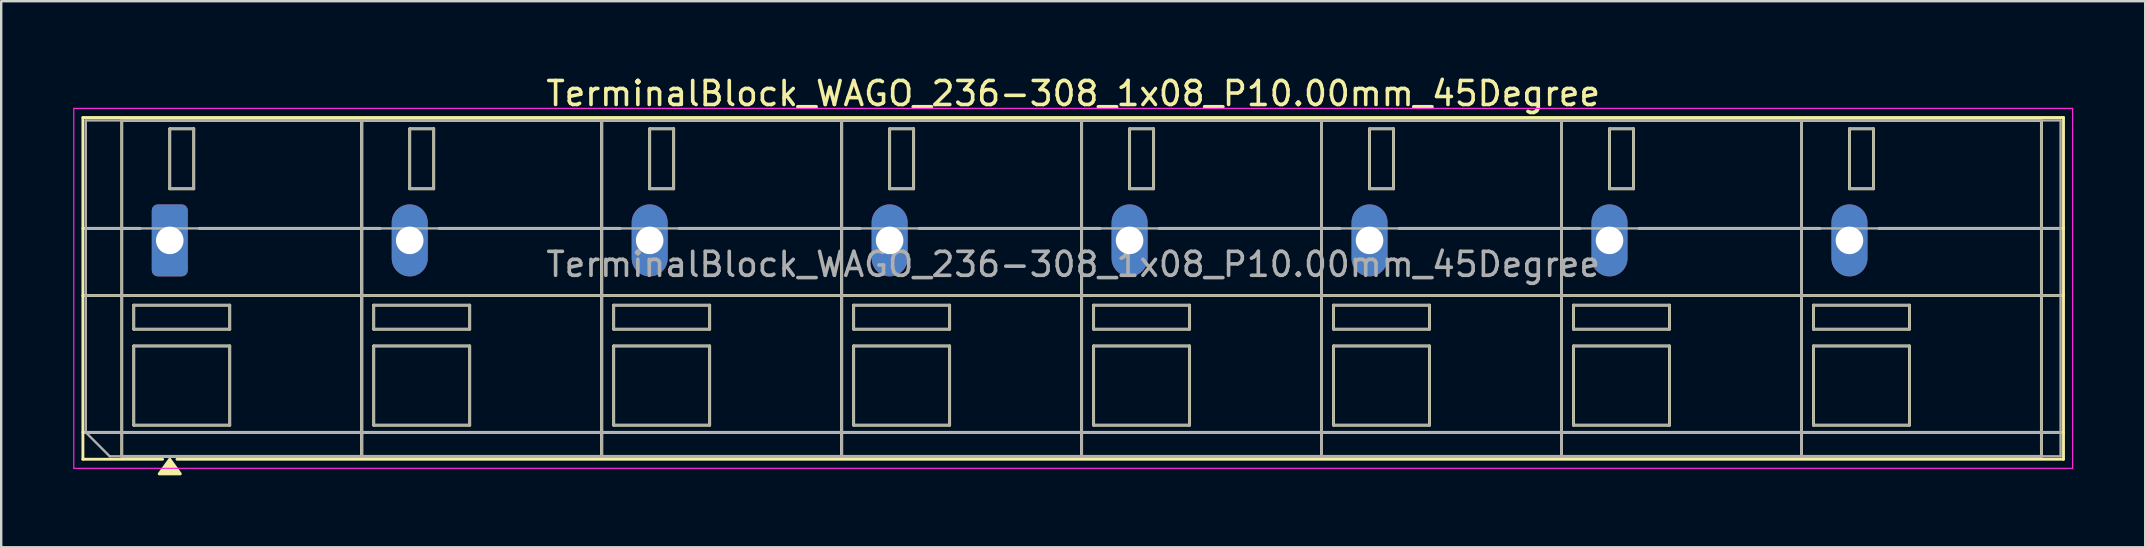
<source format=kicad_pcb>
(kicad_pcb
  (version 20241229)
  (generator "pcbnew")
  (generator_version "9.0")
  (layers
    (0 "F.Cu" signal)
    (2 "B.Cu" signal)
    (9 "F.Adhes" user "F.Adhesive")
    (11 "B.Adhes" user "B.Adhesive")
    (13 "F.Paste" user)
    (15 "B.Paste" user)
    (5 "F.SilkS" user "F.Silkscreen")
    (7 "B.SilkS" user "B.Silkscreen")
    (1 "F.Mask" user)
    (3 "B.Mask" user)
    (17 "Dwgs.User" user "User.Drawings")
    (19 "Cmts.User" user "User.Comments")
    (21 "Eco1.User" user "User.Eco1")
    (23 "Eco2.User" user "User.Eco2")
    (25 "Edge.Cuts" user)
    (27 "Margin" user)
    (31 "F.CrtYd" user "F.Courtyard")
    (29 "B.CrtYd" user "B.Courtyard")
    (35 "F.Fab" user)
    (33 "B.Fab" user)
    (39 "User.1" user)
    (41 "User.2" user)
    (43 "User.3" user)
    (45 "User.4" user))
  (footprint "TerminalBlock_WAGO_236-308_1x08_P10.00mm_45Degree"
    (layer "F.Cu")
    (at 4.025 6.968)
    (property "Reference" "TerminalBlock_WAGO_236-308_1x08_P10.00mm_45Degree" (at 37.65 -6.12 0) (layer "F.SilkS") (effects (font (size 1 1) (thickness 0.15))))
    (attr through_hole)
    (fp_line (start -3.62 -5.12) (end -3.62 9.12) (stroke (width 0.12) (type solid)) (layer "F.SilkS"))
    (fp_line (start -3.62 -5.12) (end 78.92 -5.12) (stroke (width 0.12) (type solid)) (layer "F.SilkS"))
    (fp_line (start -3.62 -0.5) (end -1.23 -0.5) (stroke (width 0.12) (type solid)) (layer "F.SilkS"))
    (fp_line (start -3.62 2.3) (end 78.92 2.3) (stroke (width 0.12) (type solid)) (layer "F.SilkS"))
    (fp_line (start -3.62 8) (end 78.92 8) (stroke (width 0.12) (type solid)) (layer "F.SilkS"))
    (fp_line (start -3.62 9.12) (end -0.3 9.12) (stroke (width 0.12) (type solid)) (layer "F.SilkS"))
    (fp_line (start -2 -5) (end -2 9) (stroke (width 0.12) (type solid)) (layer "F.SilkS"))
    (fp_line (start -2 -5) (end 8 -5) (stroke (width 0.12) (type solid)) (layer "F.SilkS"))
    (fp_line (start -2 9) (end 8 9) (stroke (width 0.12) (type solid)) (layer "F.SilkS"))
    (fp_line (start -1.5 2.7) (end -1.5 3.7) (stroke (width 0.12) (type solid)) (layer "F.SilkS"))
    (fp_line (start -1.5 2.7) (end 2.5 2.7) (stroke (width 0.12) (type solid)) (layer "F.SilkS"))
    (fp_line (start -1.5 3.7) (end 2.5 3.7) (stroke (width 0.12) (type solid)) (layer "F.SilkS"))
    (fp_line (start -1.5 4.4) (end -1.5 7.7) (stroke (width 0.12) (type solid)) (layer "F.SilkS"))
    (fp_line (start -1.5 4.4) (end 2.5 4.4) (stroke (width 0.12) (type solid)) (layer "F.SilkS"))
    (fp_line (start -1.5 7.7) (end 2.5 7.7) (stroke (width 0.12) (type solid)) (layer "F.SilkS"))
    (fp_line (start 0 -4.65) (end 0 -2.15) (stroke (width 0.12) (type solid)) (layer "F.SilkS"))
    (fp_line (start 0 -4.65) (end 1 -4.65) (stroke (width 0.12) (type solid)) (layer "F.SilkS"))
    (fp_line (start 0 -2.15) (end 1 -2.15) (stroke (width 0.12) (type solid)) (layer "F.SilkS"))
    (fp_line (start 0.3 9.12) (end 78.92 9.12) (stroke (width 0.12) (type solid)) (layer "F.SilkS"))
    (fp_line (start 1 -4.65) (end 1 -2.15) (stroke (width 0.12) (type solid)) (layer "F.SilkS"))
    (fp_line (start 1.23 -0.5) (end 8.77 -0.5) (stroke (width 0.12) (type solid)) (layer "F.SilkS"))
    (fp_line (start 2.5 2.7) (end 2.5 3.7) (stroke (width 0.12) (type solid)) (layer "F.SilkS"))
    (fp_line (start 2.5 4.4) (end 2.5 7.7) (stroke (width 0.12) (type solid)) (layer "F.SilkS"))
    (fp_line (start 8 -5) (end 8 9) (stroke (width 0.12) (type solid)) (layer "F.SilkS"))
    (fp_line (start 8 -5) (end 8 9) (stroke (width 0.12) (type solid)) (layer "F.SilkS"))
    (fp_line (start 8 -5) (end 18 -5) (stroke (width 0.12) (type solid)) (layer "F.SilkS"))
    (fp_line (start 8 9) (end 18 9) (stroke (width 0.12) (type solid)) (layer "F.SilkS"))
    (fp_line (start 8.5 2.7) (end 8.5 3.7) (stroke (width 0.12) (type solid)) (layer "F.SilkS"))
    (fp_line (start 8.5 2.7) (end 12.5 2.7) (stroke (width 0.12) (type solid)) (layer "F.SilkS"))
    (fp_line (start 8.5 3.7) (end 12.5 3.7) (stroke (width 0.12) (type solid)) (layer "F.SilkS"))
    (fp_line (start 8.5 4.4) (end 8.5 7.7) (stroke (width 0.12) (type solid)) (layer "F.SilkS"))
    (fp_line (start 8.5 4.4) (end 12.5 4.4) (stroke (width 0.12) (type solid)) (layer "F.SilkS"))
    (fp_line (start 8.5 7.7) (end 12.5 7.7) (stroke (width 0.12) (type solid)) (layer "F.SilkS"))
    (fp_line (start 10 -4.65) (end 10 -2.15) (stroke (width 0.12) (type solid)) (layer "F.SilkS"))
    (fp_line (start 10 -4.65) (end 11 -4.65) (stroke (width 0.12) (type solid)) (layer "F.SilkS"))
    (fp_line (start 10 -2.15) (end 11 -2.15) (stroke (width 0.12) (type solid)) (layer "F.SilkS"))
    (fp_line (start 11 -4.65) (end 11 -2.15) (stroke (width 0.12) (type solid)) (layer "F.SilkS"))
    (fp_line (start 11.23 -0.5) (end 18.77 -0.5) (stroke (width 0.12) (type solid)) (layer "F.SilkS"))
    (fp_line (start 12.5 2.7) (end 12.5 3.7) (stroke (width 0.12) (type solid)) (layer "F.SilkS"))
    (fp_line (start 12.5 4.4) (end 12.5 7.7) (stroke (width 0.12) (type solid)) (layer "F.SilkS"))
    (fp_line (start 18 -5) (end 18 9) (stroke (width 0.12) (type solid)) (layer "F.SilkS"))
    (fp_line (start 18 -5) (end 18 9) (stroke (width 0.12) (type solid)) (layer "F.SilkS"))
    (fp_line (start 18 -5) (end 28 -5) (stroke (width 0.12) (type solid)) (layer "F.SilkS"))
    (fp_line (start 18 9) (end 28 9) (stroke (width 0.12) (type solid)) (layer "F.SilkS"))
    (fp_line (start 18.5 2.7) (end 18.5 3.7) (stroke (width 0.12) (type solid)) (layer "F.SilkS"))
    (fp_line (start 18.5 2.7) (end 22.5 2.7) (stroke (width 0.12) (type solid)) (layer "F.SilkS"))
    (fp_line (start 18.5 3.7) (end 22.5 3.7) (stroke (width 0.12) (type solid)) (layer "F.SilkS"))
    (fp_line (start 18.5 4.4) (end 18.5 7.7) (stroke (width 0.12) (type solid)) (layer "F.SilkS"))
    (fp_line (start 18.5 4.4) (end 22.5 4.4) (stroke (width 0.12) (type solid)) (layer "F.SilkS"))
    (fp_line (start 18.5 7.7) (end 22.5 7.7) (stroke (width 0.12) (type solid)) (layer "F.SilkS"))
    (fp_line (start 20 -4.65) (end 20 -2.15) (stroke (width 0.12) (type solid)) (layer "F.SilkS"))
    (fp_line (start 20 -4.65) (end 21 -4.65) (stroke (width 0.12) (type solid)) (layer "F.SilkS"))
    (fp_line (start 20 -2.15) (end 21 -2.15) (stroke (width 0.12) (type solid)) (layer "F.SilkS"))
    (fp_line (start 21 -4.65) (end 21 -2.15) (stroke (width 0.12) (type solid)) (layer "F.SilkS"))
    (fp_line (start 21.23 -0.5) (end 28.77 -0.5) (stroke (width 0.12) (type solid)) (layer "F.SilkS"))
    (fp_line (start 22.5 2.7) (end 22.5 3.7) (stroke (width 0.12) (type solid)) (layer "F.SilkS"))
    (fp_line (start 22.5 4.4) (end 22.5 7.7) (stroke (width 0.12) (type solid)) (layer "F.SilkS"))
    (fp_line (start 28 -5) (end 28 9) (stroke (width 0.12) (type solid)) (layer "F.SilkS"))
    (fp_line (start 28 -5) (end 28 9) (stroke (width 0.12) (type solid)) (layer "F.SilkS"))
    (fp_line (start 28 -5) (end 38 -5) (stroke (width 0.12) (type solid)) (layer "F.SilkS"))
    (fp_line (start 28 9) (end 38 9) (stroke (width 0.12) (type solid)) (layer "F.SilkS"))
    (fp_line (start 28.5 2.7) (end 28.5 3.7) (stroke (width 0.12) (type solid)) (layer "F.SilkS"))
    (fp_line (start 28.5 2.7) (end 32.5 2.7) (stroke (width 0.12) (type solid)) (layer "F.SilkS"))
    (fp_line (start 28.5 3.7) (end 32.5 3.7) (stroke (width 0.12) (type solid)) (layer "F.SilkS"))
    (fp_line (start 28.5 4.4) (end 28.5 7.7) (stroke (width 0.12) (type solid)) (layer "F.SilkS"))
    (fp_line (start 28.5 4.4) (end 32.5 4.4) (stroke (width 0.12) (type solid)) (layer "F.SilkS"))
    (fp_line (start 28.5 7.7) (end 32.5 7.7) (stroke (width 0.12) (type solid)) (layer "F.SilkS"))
    (fp_line (start 30 -4.65) (end 30 -2.15) (stroke (width 0.12) (type solid)) (layer "F.SilkS"))
    (fp_line (start 30 -4.65) (end 31 -4.65) (stroke (width 0.12) (type solid)) (layer "F.SilkS"))
    (fp_line (start 30 -2.15) (end 31 -2.15) (stroke (width 0.12) (type solid)) (layer "F.SilkS"))
    (fp_line (start 31 -4.65) (end 31 -2.15) (stroke (width 0.12) (type solid)) (layer "F.SilkS"))
    (fp_line (start 31.23 -0.5) (end 38.77 -0.5) (stroke (width 0.12) (type solid)) (layer "F.SilkS"))
    (fp_line (start 32.5 2.7) (end 32.5 3.7) (stroke (width 0.12) (type solid)) (layer "F.SilkS"))
    (fp_line (start 32.5 4.4) (end 32.5 7.7) (stroke (width 0.12) (type solid)) (layer "F.SilkS"))
    (fp_line (start 38 -5) (end 38 9) (stroke (width 0.12) (type solid)) (layer "F.SilkS"))
    (fp_line (start 38 -5) (end 38 9) (stroke (width 0.12) (type solid)) (layer "F.SilkS"))
    (fp_line (start 38 -5) (end 48 -5) (stroke (width 0.12) (type solid)) (layer "F.SilkS"))
    (fp_line (start 38 9) (end 48 9) (stroke (width 0.12) (type solid)) (layer "F.SilkS"))
    (fp_line (start 38.5 2.7) (end 38.5 3.7) (stroke (width 0.12) (type solid)) (layer "F.SilkS"))
    (fp_line (start 38.5 2.7) (end 42.5 2.7) (stroke (width 0.12) (type solid)) (layer "F.SilkS"))
    (fp_line (start 38.5 3.7) (end 42.5 3.7) (stroke (width 0.12) (type solid)) (layer "F.SilkS"))
    (fp_line (start 38.5 4.4) (end 38.5 7.7) (stroke (width 0.12) (type solid)) (layer "F.SilkS"))
    (fp_line (start 38.5 4.4) (end 42.5 4.4) (stroke (width 0.12) (type solid)) (layer "F.SilkS"))
    (fp_line (start 38.5 7.7) (end 42.5 7.7) (stroke (width 0.12) (type solid)) (layer "F.SilkS"))
    (fp_line (start 40 -4.65) (end 40 -2.15) (stroke (width 0.12) (type solid)) (layer "F.SilkS"))
    (fp_line (start 40 -4.65) (end 41 -4.65) (stroke (width 0.12) (type solid)) (layer "F.SilkS"))
    (fp_line (start 40 -2.15) (end 41 -2.15) (stroke (width 0.12) (type solid)) (layer "F.SilkS"))
    (fp_line (start 41 -4.65) (end 41 -2.15) (stroke (width 0.12) (type solid)) (layer "F.SilkS"))
    (fp_line (start 41.23 -0.5) (end 48.77 -0.5) (stroke (width 0.12) (type solid)) (layer "F.SilkS"))
    (fp_line (start 42.5 2.7) (end 42.5 3.7) (stroke (width 0.12) (type solid)) (layer "F.SilkS"))
    (fp_line (start 42.5 4.4) (end 42.5 7.7) (stroke (width 0.12) (type solid)) (layer "F.SilkS"))
    (fp_line (start 48 -5) (end 48 9) (stroke (width 0.12) (type solid)) (layer "F.SilkS"))
    (fp_line (start 48 -5) (end 48 9) (stroke (width 0.12) (type solid)) (layer "F.SilkS"))
    (fp_line (start 48 -5) (end 58 -5) (stroke (width 0.12) (type solid)) (layer "F.SilkS"))
    (fp_line (start 48 9) (end 58 9) (stroke (width 0.12) (type solid)) (layer "F.SilkS"))
    (fp_line (start 48.5 2.7) (end 48.5 3.7) (stroke (width 0.12) (type solid)) (layer "F.SilkS"))
    (fp_line (start 48.5 2.7) (end 52.5 2.7) (stroke (width 0.12) (type solid)) (layer "F.SilkS"))
    (fp_line (start 48.5 3.7) (end 52.5 3.7) (stroke (width 0.12) (type solid)) (layer "F.SilkS"))
    (fp_line (start 48.5 4.4) (end 48.5 7.7) (stroke (width 0.12) (type solid)) (layer "F.SilkS"))
    (fp_line (start 48.5 4.4) (end 52.5 4.4) (stroke (width 0.12) (type solid)) (layer "F.SilkS"))
    (fp_line (start 48.5 7.7) (end 52.5 7.7) (stroke (width 0.12) (type solid)) (layer "F.SilkS"))
    (fp_line (start 50 -4.65) (end 50 -2.15) (stroke (width 0.12) (type solid)) (layer "F.SilkS"))
    (fp_line (start 50 -4.65) (end 51 -4.65) (stroke (width 0.12) (type solid)) (layer "F.SilkS"))
    (fp_line (start 50 -2.15) (end 51 -2.15) (stroke (width 0.12) (type solid)) (layer "F.SilkS"))
    (fp_line (start 51 -4.65) (end 51 -2.15) (stroke (width 0.12) (type solid)) (layer "F.SilkS"))
    (fp_line (start 51.23 -0.5) (end 58.77 -0.5) (stroke (width 0.12) (type solid)) (layer "F.SilkS"))
    (fp_line (start 52.5 2.7) (end 52.5 3.7) (stroke (width 0.12) (type solid)) (layer "F.SilkS"))
    (fp_line (start 52.5 4.4) (end 52.5 7.7) (stroke (width 0.12) (type solid)) (layer "F.SilkS"))
    (fp_line (start 58 -5) (end 58 9) (stroke (width 0.12) (type solid)) (layer "F.SilkS"))
    (fp_line (start 58 -5) (end 58 9) (stroke (width 0.12) (type solid)) (layer "F.SilkS"))
    (fp_line (start 58 -5) (end 68 -5) (stroke (width 0.12) (type solid)) (layer "F.SilkS"))
    (fp_line (start 58 9) (end 68 9) (stroke (width 0.12) (type solid)) (layer "F.SilkS"))
    (fp_line (start 58.5 2.7) (end 58.5 3.7) (stroke (width 0.12) (type solid)) (layer "F.SilkS"))
    (fp_line (start 58.5 2.7) (end 62.5 2.7) (stroke (width 0.12) (type solid)) (layer "F.SilkS"))
    (fp_line (start 58.5 3.7) (end 62.5 3.7) (stroke (width 0.12) (type solid)) (layer "F.SilkS"))
    (fp_line (start 58.5 4.4) (end 58.5 7.7) (stroke (width 0.12) (type solid)) (layer "F.SilkS"))
    (fp_line (start 58.5 4.4) (end 62.5 4.4) (stroke (width 0.12) (type solid)) (layer "F.SilkS"))
    (fp_line (start 58.5 7.7) (end 62.5 7.7) (stroke (width 0.12) (type solid)) (layer "F.SilkS"))
    (fp_line (start 60 -4.65) (end 60 -2.15) (stroke (width 0.12) (type solid)) (layer "F.SilkS"))
    (fp_line (start 60 -4.65) (end 61 -4.65) (stroke (width 0.12) (type solid)) (layer "F.SilkS"))
    (fp_line (start 60 -2.15) (end 61 -2.15) (stroke (width 0.12) (type solid)) (layer "F.SilkS"))
    (fp_line (start 61 -4.65) (end 61 -2.15) (stroke (width 0.12) (type solid)) (layer "F.SilkS"))
    (fp_line (start 61.23 -0.5) (end 68.77 -0.5) (stroke (width 0.12) (type solid)) (layer "F.SilkS"))
    (fp_line (start 62.5 2.7) (end 62.5 3.7) (stroke (width 0.12) (type solid)) (layer "F.SilkS"))
    (fp_line (start 62.5 4.4) (end 62.5 7.7) (stroke (width 0.12) (type solid)) (layer "F.SilkS"))
    (fp_line (start 68 -5) (end 68 9) (stroke (width 0.12) (type solid)) (layer "F.SilkS"))
    (fp_line (start 68 -5) (end 68 9) (stroke (width 0.12) (type solid)) (layer "F.SilkS"))
    (fp_line (start 68 -5) (end 78 -5) (stroke (width 0.12) (type solid)) (layer "F.SilkS"))
    (fp_line (start 68 9) (end 78 9) (stroke (width 0.12) (type solid)) (layer "F.SilkS"))
    (fp_line (start 68.5 2.7) (end 68.5 3.7) (stroke (width 0.12) (type solid)) (layer "F.SilkS"))
    (fp_line (start 68.5 2.7) (end 72.5 2.7) (stroke (width 0.12) (type solid)) (layer "F.SilkS"))
    (fp_line (start 68.5 3.7) (end 72.5 3.7) (stroke (width 0.12) (type solid)) (layer "F.SilkS"))
    (fp_line (start 68.5 4.4) (end 68.5 7.7) (stroke (width 0.12) (type solid)) (layer "F.SilkS"))
    (fp_line (start 68.5 4.4) (end 72.5 4.4) (stroke (width 0.12) (type solid)) (layer "F.SilkS"))
    (fp_line (start 68.5 7.7) (end 72.5 7.7) (stroke (width 0.12) (type solid)) (layer "F.SilkS"))
    (fp_line (start 70 -4.65) (end 70 -2.15) (stroke (width 0.12) (type solid)) (layer "F.SilkS"))
    (fp_line (start 70 -4.65) (end 71 -4.65) (stroke (width 0.12) (type solid)) (layer "F.SilkS"))
    (fp_line (start 70 -2.15) (end 71 -2.15) (stroke (width 0.12) (type solid)) (layer "F.SilkS"))
    (fp_line (start 71 -4.65) (end 71 -2.15) (stroke (width 0.12) (type solid)) (layer "F.SilkS"))
    (fp_line (start 71.23 -0.5) (end 78.92 -0.5) (stroke (width 0.12) (type solid)) (layer "F.SilkS"))
    (fp_line (start 72.5 2.7) (end 72.5 3.7) (stroke (width 0.12) (type solid)) (layer "F.SilkS"))
    (fp_line (start 72.5 4.4) (end 72.5 7.7) (stroke (width 0.12) (type solid)) (layer "F.SilkS"))
    (fp_line (start 78 -5) (end 78 9) (stroke (width 0.12) (type solid)) (layer "F.SilkS"))
    (fp_line (start 78.92 -5.12) (end 78.92 9.12) (stroke (width 0.12) (type solid)) (layer "F.SilkS"))
    (fp_poly (pts (xy 0 9.12) (xy 0.44 9.73) (xy -0.44 9.73)) (stroke (width 0.12) (type solid)) (fill yes) (layer "F.SilkS"))
    (fp_line (start -4 -5.5) (end -4 9.5) (stroke (width 0.05) (type solid)) (layer "F.CrtYd"))
    (fp_line (start -4 9.5) (end 79.3 9.5) (stroke (width 0.05) (type solid)) (layer "F.CrtYd"))
    (fp_line (start 79.3 -5.5) (end -4 -5.5) (stroke (width 0.05) (type solid)) (layer "F.CrtYd"))
    (fp_line (start 79.3 9.5) (end 79.3 -5.5) (stroke (width 0.05) (type solid)) (layer "F.CrtYd"))
    (fp_line (start -3.5 -5) (end 78.8 -5) (stroke (width 0.1) (type solid)) (layer "F.Fab"))
    (fp_line (start -3.5 -0.5) (end 78.8 -0.5) (stroke (width 0.1) (type solid)) (layer "F.Fab"))
    (fp_line (start -3.5 2.3) (end 78.8 2.3) (stroke (width 0.1) (type solid)) (layer "F.Fab"))
    (fp_line (start -3.5 8) (end -3.5 -5) (stroke (width 0.1) (type solid)) (layer "F.Fab"))
    (fp_line (start -3.5 8) (end 78.8 8) (stroke (width 0.1) (type solid)) (layer "F.Fab"))
    (fp_line (start -2.5 9) (end -3.5 8) (stroke (width 0.1) (type solid)) (layer "F.Fab"))
    (fp_line (start -2 -5) (end -2 9) (stroke (width 0.1) (type solid)) (layer "F.Fab"))
    (fp_line (start -2 9) (end 8 9) (stroke (width 0.1) (type solid)) (layer "F.Fab"))
    (fp_line (start -1.5 2.7) (end -1.5 3.7) (stroke (width 0.1) (type solid)) (layer "F.Fab"))
    (fp_line (start -1.5 3.7) (end 2.5 3.7) (stroke (width 0.1) (type solid)) (layer "F.Fab"))
    (fp_line (start -1.5 4.4) (end -1.5 7.7) (stroke (width 0.1) (type solid)) (layer "F.Fab"))
    (fp_line (start -1.5 7.7) (end 2.5 7.7) (stroke (width 0.1) (type solid)) (layer "F.Fab"))
    (fp_line (start 0 -4.65) (end 0 -2.15) (stroke (width 0.1) (type solid)) (layer "F.Fab"))
    (fp_line (start 0 -2.15) (end 1 -2.15) (stroke (width 0.1) (type solid)) (layer "F.Fab"))
    (fp_line (start 1 -4.65) (end 0 -4.65) (stroke (width 0.1) (type solid)) (layer "F.Fab"))
    (fp_line (start 1 -2.15) (end 1 -4.65) (stroke (width 0.1) (type solid)) (layer "F.Fab"))
    (fp_line (start 2.5 2.7) (end -1.5 2.7) (stroke (width 0.1) (type solid)) (layer "F.Fab"))
    (fp_line (start 2.5 3.7) (end 2.5 2.7) (stroke (width 0.1) (type solid)) (layer "F.Fab"))
    (fp_line (start 2.5 4.4) (end -1.5 4.4) (stroke (width 0.1) (type solid)) (layer "F.Fab"))
    (fp_line (start 2.5 7.7) (end 2.5 4.4) (stroke (width 0.1) (type solid)) (layer "F.Fab"))
    (fp_line (start 8 -5) (end -2 -5) (stroke (width 0.1) (type solid)) (layer "F.Fab"))
    (fp_line (start 8 -5) (end 8 9) (stroke (width 0.1) (type solid)) (layer "F.Fab"))
    (fp_line (start 8 9) (end 8 -5) (stroke (width 0.1) (type solid)) (layer "F.Fab"))
    (fp_line (start 8 9) (end 18 9) (stroke (width 0.1) (type solid)) (layer "F.Fab"))
    (fp_line (start 8.5 2.7) (end 8.5 3.7) (stroke (width 0.1) (type solid)) (layer "F.Fab"))
    (fp_line (start 8.5 3.7) (end 12.5 3.7) (stroke (width 0.1) (type solid)) (layer "F.Fab"))
    (fp_line (start 8.5 4.4) (end 8.5 7.7) (stroke (width 0.1) (type solid)) (layer "F.Fab"))
    (fp_line (start 8.5 7.7) (end 12.5 7.7) (stroke (width 0.1) (type solid)) (layer "F.Fab"))
    (fp_line (start 10 -4.65) (end 10 -2.15) (stroke (width 0.1) (type solid)) (layer "F.Fab"))
    (fp_line (start 10 -2.15) (end 11 -2.15) (stroke (width 0.1) (type solid)) (layer "F.Fab"))
    (fp_line (start 11 -4.65) (end 10 -4.65) (stroke (width 0.1) (type solid)) (layer "F.Fab"))
    (fp_line (start 11 -2.15) (end 11 -4.65) (stroke (width 0.1) (type solid)) (layer "F.Fab"))
    (fp_line (start 12.5 2.7) (end 8.5 2.7) (stroke (width 0.1) (type solid)) (layer "F.Fab"))
    (fp_line (start 12.5 3.7) (end 12.5 2.7) (stroke (width 0.1) (type solid)) (layer "F.Fab"))
    (fp_line (start 12.5 4.4) (end 8.5 4.4) (stroke (width 0.1) (type solid)) (layer "F.Fab"))
    (fp_line (start 12.5 7.7) (end 12.5 4.4) (stroke (width 0.1) (type solid)) (layer "F.Fab"))
    (fp_line (start 18 -5) (end 8 -5) (stroke (width 0.1) (type solid)) (layer "F.Fab"))
    (fp_line (start 18 -5) (end 18 9) (stroke (width 0.1) (type solid)) (layer "F.Fab"))
    (fp_line (start 18 9) (end 18 -5) (stroke (width 0.1) (type solid)) (layer "F.Fab"))
    (fp_line (start 18 9) (end 28 9) (stroke (width 0.1) (type solid)) (layer "F.Fab"))
    (fp_line (start 18.5 2.7) (end 18.5 3.7) (stroke (width 0.1) (type solid)) (layer "F.Fab"))
    (fp_line (start 18.5 3.7) (end 22.5 3.7) (stroke (width 0.1) (type solid)) (layer "F.Fab"))
    (fp_line (start 18.5 4.4) (end 18.5 7.7) (stroke (width 0.1) (type solid)) (layer "F.Fab"))
    (fp_line (start 18.5 7.7) (end 22.5 7.7) (stroke (width 0.1) (type solid)) (layer "F.Fab"))
    (fp_line (start 20 -4.65) (end 20 -2.15) (stroke (width 0.1) (type solid)) (layer "F.Fab"))
    (fp_line (start 20 -2.15) (end 21 -2.15) (stroke (width 0.1) (type solid)) (layer "F.Fab"))
    (fp_line (start 21 -4.65) (end 20 -4.65) (stroke (width 0.1) (type solid)) (layer "F.Fab"))
    (fp_line (start 21 -2.15) (end 21 -4.65) (stroke (width 0.1) (type solid)) (layer "F.Fab"))
    (fp_line (start 22.5 2.7) (end 18.5 2.7) (stroke (width 0.1) (type solid)) (layer "F.Fab"))
    (fp_line (start 22.5 3.7) (end 22.5 2.7) (stroke (width 0.1) (type solid)) (layer "F.Fab"))
    (fp_line (start 22.5 4.4) (end 18.5 4.4) (stroke (width 0.1) (type solid)) (layer "F.Fab"))
    (fp_line (start 22.5 7.7) (end 22.5 4.4) (stroke (width 0.1) (type solid)) (layer "F.Fab"))
    (fp_line (start 28 -5) (end 18 -5) (stroke (width 0.1) (type solid)) (layer "F.Fab"))
    (fp_line (start 28 -5) (end 28 9) (stroke (width 0.1) (type solid)) (layer "F.Fab"))
    (fp_line (start 28 9) (end 28 -5) (stroke (width 0.1) (type solid)) (layer "F.Fab"))
    (fp_line (start 28 9) (end 38 9) (stroke (width 0.1) (type solid)) (layer "F.Fab"))
    (fp_line (start 28.5 2.7) (end 28.5 3.7) (stroke (width 0.1) (type solid)) (layer "F.Fab"))
    (fp_line (start 28.5 3.7) (end 32.5 3.7) (stroke (width 0.1) (type solid)) (layer "F.Fab"))
    (fp_line (start 28.5 4.4) (end 28.5 7.7) (stroke (width 0.1) (type solid)) (layer "F.Fab"))
    (fp_line (start 28.5 7.7) (end 32.5 7.7) (stroke (width 0.1) (type solid)) (layer "F.Fab"))
    (fp_line (start 30 -4.65) (end 30 -2.15) (stroke (width 0.1) (type solid)) (layer "F.Fab"))
    (fp_line (start 30 -2.15) (end 31 -2.15) (stroke (width 0.1) (type solid)) (layer "F.Fab"))
    (fp_line (start 31 -4.65) (end 30 -4.65) (stroke (width 0.1) (type solid)) (layer "F.Fab"))
    (fp_line (start 31 -2.15) (end 31 -4.65) (stroke (width 0.1) (type solid)) (layer "F.Fab"))
    (fp_line (start 32.5 2.7) (end 28.5 2.7) (stroke (width 0.1) (type solid)) (layer "F.Fab"))
    (fp_line (start 32.5 3.7) (end 32.5 2.7) (stroke (width 0.1) (type solid)) (layer "F.Fab"))
    (fp_line (start 32.5 4.4) (end 28.5 4.4) (stroke (width 0.1) (type solid)) (layer "F.Fab"))
    (fp_line (start 32.5 7.7) (end 32.5 4.4) (stroke (width 0.1) (type solid)) (layer "F.Fab"))
    (fp_line (start 38 -5) (end 28 -5) (stroke (width 0.1) (type solid)) (layer "F.Fab"))
    (fp_line (start 38 -5) (end 38 9) (stroke (width 0.1) (type solid)) (layer "F.Fab"))
    (fp_line (start 38 9) (end 38 -5) (stroke (width 0.1) (type solid)) (layer "F.Fab"))
    (fp_line (start 38 9) (end 48 9) (stroke (width 0.1) (type solid)) (layer "F.Fab"))
    (fp_line (start 38.5 2.7) (end 38.5 3.7) (stroke (width 0.1) (type solid)) (layer "F.Fab"))
    (fp_line (start 38.5 3.7) (end 42.5 3.7) (stroke (width 0.1) (type solid)) (layer "F.Fab"))
    (fp_line (start 38.5 4.4) (end 38.5 7.7) (stroke (width 0.1) (type solid)) (layer "F.Fab"))
    (fp_line (start 38.5 7.7) (end 42.5 7.7) (stroke (width 0.1) (type solid)) (layer "F.Fab"))
    (fp_line (start 40 -4.65) (end 40 -2.15) (stroke (width 0.1) (type solid)) (layer "F.Fab"))
    (fp_line (start 40 -2.15) (end 41 -2.15) (stroke (width 0.1) (type solid)) (layer "F.Fab"))
    (fp_line (start 41 -4.65) (end 40 -4.65) (stroke (width 0.1) (type solid)) (layer "F.Fab"))
    (fp_line (start 41 -2.15) (end 41 -4.65) (stroke (width 0.1) (type solid)) (layer "F.Fab"))
    (fp_line (start 42.5 2.7) (end 38.5 2.7) (stroke (width 0.1) (type solid)) (layer "F.Fab"))
    (fp_line (start 42.5 3.7) (end 42.5 2.7) (stroke (width 0.1) (type solid)) (layer "F.Fab"))
    (fp_line (start 42.5 4.4) (end 38.5 4.4) (stroke (width 0.1) (type solid)) (layer "F.Fab"))
    (fp_line (start 42.5 7.7) (end 42.5 4.4) (stroke (width 0.1) (type solid)) (layer "F.Fab"))
    (fp_line (start 48 -5) (end 38 -5) (stroke (width 0.1) (type solid)) (layer "F.Fab"))
    (fp_line (start 48 -5) (end 48 9) (stroke (width 0.1) (type solid)) (layer "F.Fab"))
    (fp_line (start 48 9) (end 48 -5) (stroke (width 0.1) (type solid)) (layer "F.Fab"))
    (fp_line (start 48 9) (end 58 9) (stroke (width 0.1) (type solid)) (layer "F.Fab"))
    (fp_line (start 48.5 2.7) (end 48.5 3.7) (stroke (width 0.1) (type solid)) (layer "F.Fab"))
    (fp_line (start 48.5 3.7) (end 52.5 3.7) (stroke (width 0.1) (type solid)) (layer "F.Fab"))
    (fp_line (start 48.5 4.4) (end 48.5 7.7) (stroke (width 0.1) (type solid)) (layer "F.Fab"))
    (fp_line (start 48.5 7.7) (end 52.5 7.7) (stroke (width 0.1) (type solid)) (layer "F.Fab"))
    (fp_line (start 50 -4.65) (end 50 -2.15) (stroke (width 0.1) (type solid)) (layer "F.Fab"))
    (fp_line (start 50 -2.15) (end 51 -2.15) (stroke (width 0.1) (type solid)) (layer "F.Fab"))
    (fp_line (start 51 -4.65) (end 50 -4.65) (stroke (width 0.1) (type solid)) (layer "F.Fab"))
    (fp_line (start 51 -2.15) (end 51 -4.65) (stroke (width 0.1) (type solid)) (layer "F.Fab"))
    (fp_line (start 52.5 2.7) (end 48.5 2.7) (stroke (width 0.1) (type solid)) (layer "F.Fab"))
    (fp_line (start 52.5 3.7) (end 52.5 2.7) (stroke (width 0.1) (type solid)) (layer "F.Fab"))
    (fp_line (start 52.5 4.4) (end 48.5 4.4) (stroke (width 0.1) (type solid)) (layer "F.Fab"))
    (fp_line (start 52.5 7.7) (end 52.5 4.4) (stroke (width 0.1) (type solid)) (layer "F.Fab"))
    (fp_line (start 58 -5) (end 48 -5) (stroke (width 0.1) (type solid)) (layer "F.Fab"))
    (fp_line (start 58 -5) (end 58 9) (stroke (width 0.1) (type solid)) (layer "F.Fab"))
    (fp_line (start 58 9) (end 58 -5) (stroke (width 0.1) (type solid)) (layer "F.Fab"))
    (fp_line (start 58 9) (end 68 9) (stroke (width 0.1) (type solid)) (layer "F.Fab"))
    (fp_line (start 58.5 2.7) (end 58.5 3.7) (stroke (width 0.1) (type solid)) (layer "F.Fab"))
    (fp_line (start 58.5 3.7) (end 62.5 3.7) (stroke (width 0.1) (type solid)) (layer "F.Fab"))
    (fp_line (start 58.5 4.4) (end 58.5 7.7) (stroke (width 0.1) (type solid)) (layer "F.Fab"))
    (fp_line (start 58.5 7.7) (end 62.5 7.7) (stroke (width 0.1) (type solid)) (layer "F.Fab"))
    (fp_line (start 60 -4.65) (end 60 -2.15) (stroke (width 0.1) (type solid)) (layer "F.Fab"))
    (fp_line (start 60 -2.15) (end 61 -2.15) (stroke (width 0.1) (type solid)) (layer "F.Fab"))
    (fp_line (start 61 -4.65) (end 60 -4.65) (stroke (width 0.1) (type solid)) (layer "F.Fab"))
    (fp_line (start 61 -2.15) (end 61 -4.65) (stroke (width 0.1) (type solid)) (layer "F.Fab"))
    (fp_line (start 62.5 2.7) (end 58.5 2.7) (stroke (width 0.1) (type solid)) (layer "F.Fab"))
    (fp_line (start 62.5 3.7) (end 62.5 2.7) (stroke (width 0.1) (type solid)) (layer "F.Fab"))
    (fp_line (start 62.5 4.4) (end 58.5 4.4) (stroke (width 0.1) (type solid)) (layer "F.Fab"))
    (fp_line (start 62.5 7.7) (end 62.5 4.4) (stroke (width 0.1) (type solid)) (layer "F.Fab"))
    (fp_line (start 68 -5) (end 58 -5) (stroke (width 0.1) (type solid)) (layer "F.Fab"))
    (fp_line (start 68 -5) (end 68 9) (stroke (width 0.1) (type solid)) (layer "F.Fab"))
    (fp_line (start 68 9) (end 68 -5) (stroke (width 0.1) (type solid)) (layer "F.Fab"))
    (fp_line (start 68 9) (end 78 9) (stroke (width 0.1) (type solid)) (layer "F.Fab"))
    (fp_line (start 68.5 2.7) (end 68.5 3.7) (stroke (width 0.1) (type solid)) (layer "F.Fab"))
    (fp_line (start 68.5 3.7) (end 72.5 3.7) (stroke (width 0.1) (type solid)) (layer "F.Fab"))
    (fp_line (start 68.5 4.4) (end 68.5 7.7) (stroke (width 0.1) (type solid)) (layer "F.Fab"))
    (fp_line (start 68.5 7.7) (end 72.5 7.7) (stroke (width 0.1) (type solid)) (layer "F.Fab"))
    (fp_line (start 70 -4.65) (end 70 -2.15) (stroke (width 0.1) (type solid)) (layer "F.Fab"))
    (fp_line (start 70 -2.15) (end 71 -2.15) (stroke (width 0.1) (type solid)) (layer "F.Fab"))
    (fp_line (start 71 -4.65) (end 70 -4.65) (stroke (width 0.1) (type solid)) (layer "F.Fab"))
    (fp_line (start 71 -2.15) (end 71 -4.65) (stroke (width 0.1) (type solid)) (layer "F.Fab"))
    (fp_line (start 72.5 2.7) (end 68.5 2.7) (stroke (width 0.1) (type solid)) (layer "F.Fab"))
    (fp_line (start 72.5 3.7) (end 72.5 2.7) (stroke (width 0.1) (type solid)) (layer "F.Fab"))
    (fp_line (start 72.5 4.4) (end 68.5 4.4) (stroke (width 0.1) (type solid)) (layer "F.Fab"))
    (fp_line (start 72.5 7.7) (end 72.5 4.4) (stroke (width 0.1) (type solid)) (layer "F.Fab"))
    (fp_line (start 78 -5) (end 68 -5) (stroke (width 0.1) (type solid)) (layer "F.Fab"))
    (fp_line (start 78 9) (end 78 -5) (stroke (width 0.1) (type solid)) (layer "F.Fab"))
    (fp_line (start 78.8 -5) (end 78.8 9) (stroke (width 0.1) (type solid)) (layer "F.Fab"))
    (fp_line (start 78.8 9) (end -2.5 9) (stroke (width 0.1) (type solid)) (layer "F.Fab"))
    (fp_text user "${REFERENCE}" (at 37.65 1 0) (layer "F.Fab") (effects (font (size 1 1) (thickness 0.15))))
    (pad "1" thru_hole roundrect (at 0 0) (size 1.5 3) (drill 1.15) (layers "*.Cu" "*.Mask") (roundrect_rratio 0.167))
    (pad "2" thru_hole oval (at 10 0) (size 1.5 3) (drill 1.15) (layers "*.Cu" "*.Mask"))
    (pad "3" thru_hole oval (at 20 0) (size 1.5 3) (drill 1.15) (layers "*.Cu" "*.Mask"))
    (pad "4" thru_hole oval (at 30 0) (size 1.5 3) (drill 1.15) (layers "*.Cu" "*.Mask"))
    (pad "5" thru_hole oval (at 40 0) (size 1.5 3) (drill 1.15) (layers "*.Cu" "*.Mask"))
    (pad "6" thru_hole oval (at 50 0) (size 1.5 3) (drill 1.15) (layers "*.Cu" "*.Mask"))
    (pad "7" thru_hole oval (at 60 0) (size 1.5 3) (drill 1.15) (layers "*.Cu" "*.Mask"))
    (pad "8" thru_hole oval (at 70 0) (size 1.5 3) (drill 1.15) (layers "*.Cu" "*.Mask")))
  (gr_rect
    (start -3 -3)
    (end 86.35 19.758)
    (stroke (width 0.1) (type default))
    (fill no)
    (layer "Edge.Cuts")))
</source>
